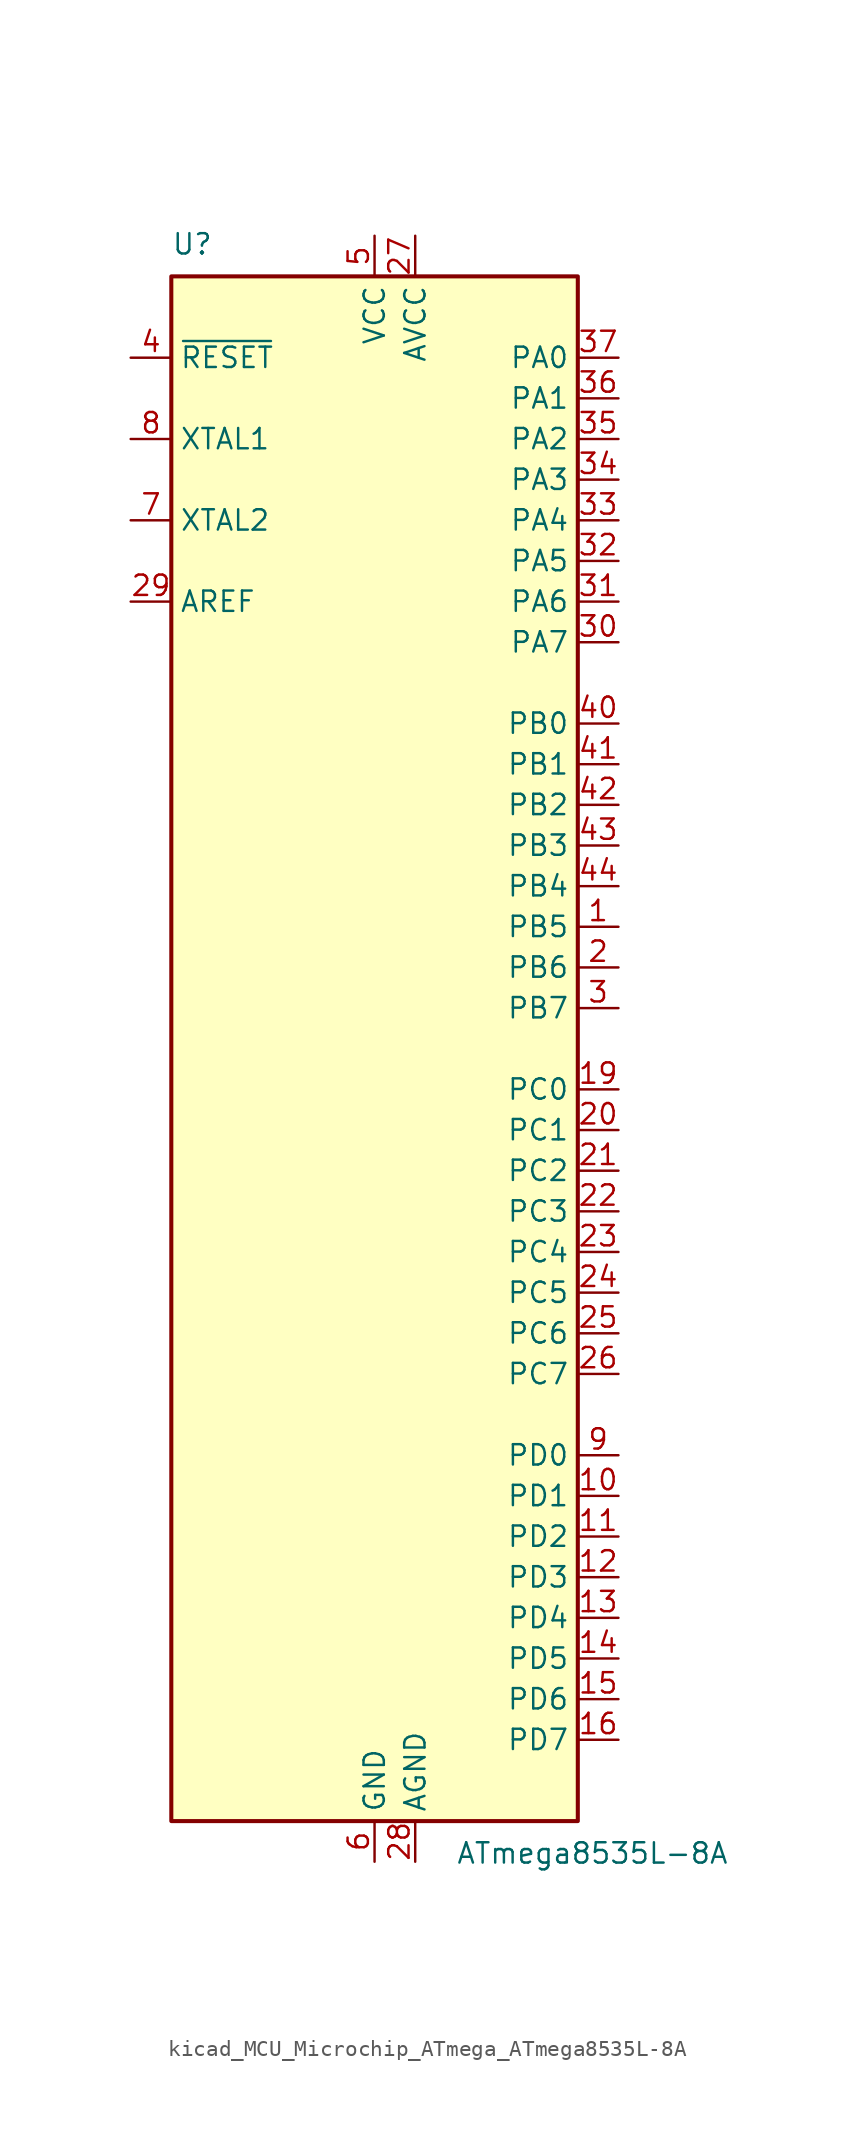
<source format=kicad_sym>
(kicad_symbol_lib
  (version 20220914)
  (generator kicad_symbol_editor)
  (symbol "kicad_MCU_Microchip_ATmega_ATmega8535L-8A"
    (property "Reference" "U"
      (at -12.7 49.53 0)
      (effects (font (size 1.27 1.27)) (justify left bottom)))
    (property "Value" "ATmega8535L-8A"
      (at 5.08 -49.53 0)
      (effects (font (size 1.27 1.27)) (justify left top)))
    (symbol "kicad_MCU_Microchip_ATmega_ATmega8535L-8A_0_1"
      (rectangle (start -12.7 -48.26) (end 12.7 48.26) (stroke (width 0.254) (type default)) (fill (type background))))
    (symbol "kicad_MCU_Microchip_ATmega_ATmega8535L-8A_1_1"
      (pin bidirectional line (at 15.24 7.62 180) (length 2.54) (name "PB5" (effects (font (size 1.27 1.27)))) (number "1" (effects (font (size 1.27 1.27)))))
      (pin bidirectional line (at 15.24 -27.94 180) (length 2.54) (name "PD1" (effects (font (size 1.27 1.27)))) (number "10" (effects (font (size 1.27 1.27)))))
      (pin bidirectional line (at 15.24 -30.48 180) (length 2.54) (name "PD2" (effects (font (size 1.27 1.27)))) (number "11" (effects (font (size 1.27 1.27)))))
      (pin bidirectional line (at 15.24 -33.02 180) (length 2.54) (name "PD3" (effects (font (size 1.27 1.27)))) (number "12" (effects (font (size 1.27 1.27)))))
      (pin bidirectional line (at 15.24 -35.56 180) (length 2.54) (name "PD4" (effects (font (size 1.27 1.27)))) (number "13" (effects (font (size 1.27 1.27)))))
      (pin bidirectional line (at 15.24 -38.1 180) (length 2.54) (name "PD5" (effects (font (size 1.27 1.27)))) (number "14" (effects (font (size 1.27 1.27)))))
      (pin bidirectional line (at 15.24 -40.64 180) (length 2.54) (name "PD6" (effects (font (size 1.27 1.27)))) (number "15" (effects (font (size 1.27 1.27)))))
      (pin bidirectional line (at 15.24 -43.18 180) (length 2.54) (name "PD7" (effects (font (size 1.27 1.27)))) (number "16" (effects (font (size 1.27 1.27)))))
      (pin passive line (at 0 50.8 270) (length 2.54) hide (name "VCC" (effects (font (size 1.27 1.27)))) (number "17" (effects (font (size 1.27 1.27)))))
      (pin passive line (at 0 -50.8 90) (length 2.54) hide (name "GND" (effects (font (size 1.27 1.27)))) (number "18" (effects (font (size 1.27 1.27)))))
      (pin bidirectional line (at 15.24 -2.54 180) (length 2.54) (name "PC0" (effects (font (size 1.27 1.27)))) (number "19" (effects (font (size 1.27 1.27)))))
      (pin bidirectional line (at 15.24 5.08 180) (length 2.54) (name "PB6" (effects (font (size 1.27 1.27)))) (number "2" (effects (font (size 1.27 1.27)))))
      (pin bidirectional line (at 15.24 -5.08 180) (length 2.54) (name "PC1" (effects (font (size 1.27 1.27)))) (number "20" (effects (font (size 1.27 1.27)))))
      (pin bidirectional line (at 15.24 -7.62 180) (length 2.54) (name "PC2" (effects (font (size 1.27 1.27)))) (number "21" (effects (font (size 1.27 1.27)))))
      (pin bidirectional line (at 15.24 -10.16 180) (length 2.54) (name "PC3" (effects (font (size 1.27 1.27)))) (number "22" (effects (font (size 1.27 1.27)))))
      (pin bidirectional line (at 15.24 -12.7 180) (length 2.54) (name "PC4" (effects (font (size 1.27 1.27)))) (number "23" (effects (font (size 1.27 1.27)))))
      (pin bidirectional line (at 15.24 -15.24 180) (length 2.54) (name "PC5" (effects (font (size 1.27 1.27)))) (number "24" (effects (font (size 1.27 1.27)))))
      (pin bidirectional line (at 15.24 -17.78 180) (length 2.54) (name "PC6" (effects (font (size 1.27 1.27)))) (number "25" (effects (font (size 1.27 1.27)))))
      (pin bidirectional line (at 15.24 -20.32 180) (length 2.54) (name "PC7" (effects (font (size 1.27 1.27)))) (number "26" (effects (font (size 1.27 1.27)))))
      (pin power_in line (at 2.54 50.8 270) (length 2.54) (name "AVCC" (effects (font (size 1.27 1.27)))) (number "27" (effects (font (size 1.27 1.27)))))
      (pin power_in line (at 2.54 -50.8 90) (length 2.54) (name "AGND" (effects (font (size 1.27 1.27)))) (number "28" (effects (font (size 1.27 1.27)))))
      (pin passive line (at -15.24 27.94 0) (length 2.54) (name "AREF" (effects (font (size 1.27 1.27)))) (number "29" (effects (font (size 1.27 1.27)))))
      (pin bidirectional line (at 15.24 2.54 180) (length 2.54) (name "PB7" (effects (font (size 1.27 1.27)))) (number "3" (effects (font (size 1.27 1.27)))))
      (pin bidirectional line (at 15.24 25.4 180) (length 2.54) (name "PA7" (effects (font (size 1.27 1.27)))) (number "30" (effects (font (size 1.27 1.27)))))
      (pin bidirectional line (at 15.24 27.94 180) (length 2.54) (name "PA6" (effects (font (size 1.27 1.27)))) (number "31" (effects (font (size 1.27 1.27)))))
      (pin bidirectional line (at 15.24 30.48 180) (length 2.54) (name "PA5" (effects (font (size 1.27 1.27)))) (number "32" (effects (font (size 1.27 1.27)))))
      (pin bidirectional line (at 15.24 33.02 180) (length 2.54) (name "PA4" (effects (font (size 1.27 1.27)))) (number "33" (effects (font (size 1.27 1.27)))))
      (pin bidirectional line (at 15.24 35.56 180) (length 2.54) (name "PA3" (effects (font (size 1.27 1.27)))) (number "34" (effects (font (size 1.27 1.27)))))
      (pin bidirectional line (at 15.24 38.1 180) (length 2.54) (name "PA2" (effects (font (size 1.27 1.27)))) (number "35" (effects (font (size 1.27 1.27)))))
      (pin bidirectional line (at 15.24 40.64 180) (length 2.54) (name "PA1" (effects (font (size 1.27 1.27)))) (number "36" (effects (font (size 1.27 1.27)))))
      (pin bidirectional line (at 15.24 43.18 180) (length 2.54) (name "PA0" (effects (font (size 1.27 1.27)))) (number "37" (effects (font (size 1.27 1.27)))))
      (pin passive line (at 0 50.8 270) (length 2.54) hide (name "VCC" (effects (font (size 1.27 1.27)))) (number "38" (effects (font (size 1.27 1.27)))))
      (pin passive line (at 0 -50.8 90) (length 2.54) hide (name "GND" (effects (font (size 1.27 1.27)))) (number "39" (effects (font (size 1.27 1.27)))))
      (pin input line (at -15.24 43.18 0) (length 2.54) (name "~{RESET}" (effects (font (size 1.27 1.27)))) (number "4" (effects (font (size 1.27 1.27)))))
      (pin bidirectional line (at 15.24 20.32 180) (length 2.54) (name "PB0" (effects (font (size 1.27 1.27)))) (number "40" (effects (font (size 1.27 1.27)))))
      (pin bidirectional line (at 15.24 17.78 180) (length 2.54) (name "PB1" (effects (font (size 1.27 1.27)))) (number "41" (effects (font (size 1.27 1.27)))))
      (pin bidirectional line (at 15.24 15.24 180) (length 2.54) (name "PB2" (effects (font (size 1.27 1.27)))) (number "42" (effects (font (size 1.27 1.27)))))
      (pin bidirectional line (at 15.24 12.7 180) (length 2.54) (name "PB3" (effects (font (size 1.27 1.27)))) (number "43" (effects (font (size 1.27 1.27)))))
      (pin bidirectional line (at 15.24 10.16 180) (length 2.54) (name "PB4" (effects (font (size 1.27 1.27)))) (number "44" (effects (font (size 1.27 1.27)))))
      (pin power_in line (at 0 50.8 270) (length 2.54) (name "VCC" (effects (font (size 1.27 1.27)))) (number "5" (effects (font (size 1.27 1.27)))))
      (pin power_in line (at 0 -50.8 90) (length 2.54) (name "GND" (effects (font (size 1.27 1.27)))) (number "6" (effects (font (size 1.27 1.27)))))
      (pin output line (at -15.24 33.02 0) (length 2.54) (name "XTAL2" (effects (font (size 1.27 1.27)))) (number "7" (effects (font (size 1.27 1.27)))))
      (pin input line (at -15.24 38.1 0) (length 2.54) (name "XTAL1" (effects (font (size 1.27 1.27)))) (number "8" (effects (font (size 1.27 1.27)))))
      (pin bidirectional line (at 15.24 -25.4 180) (length 2.54) (name "PD0" (effects (font (size 1.27 1.27)))) (number "9" (effects (font (size 1.27 1.27))))))))
</source>
